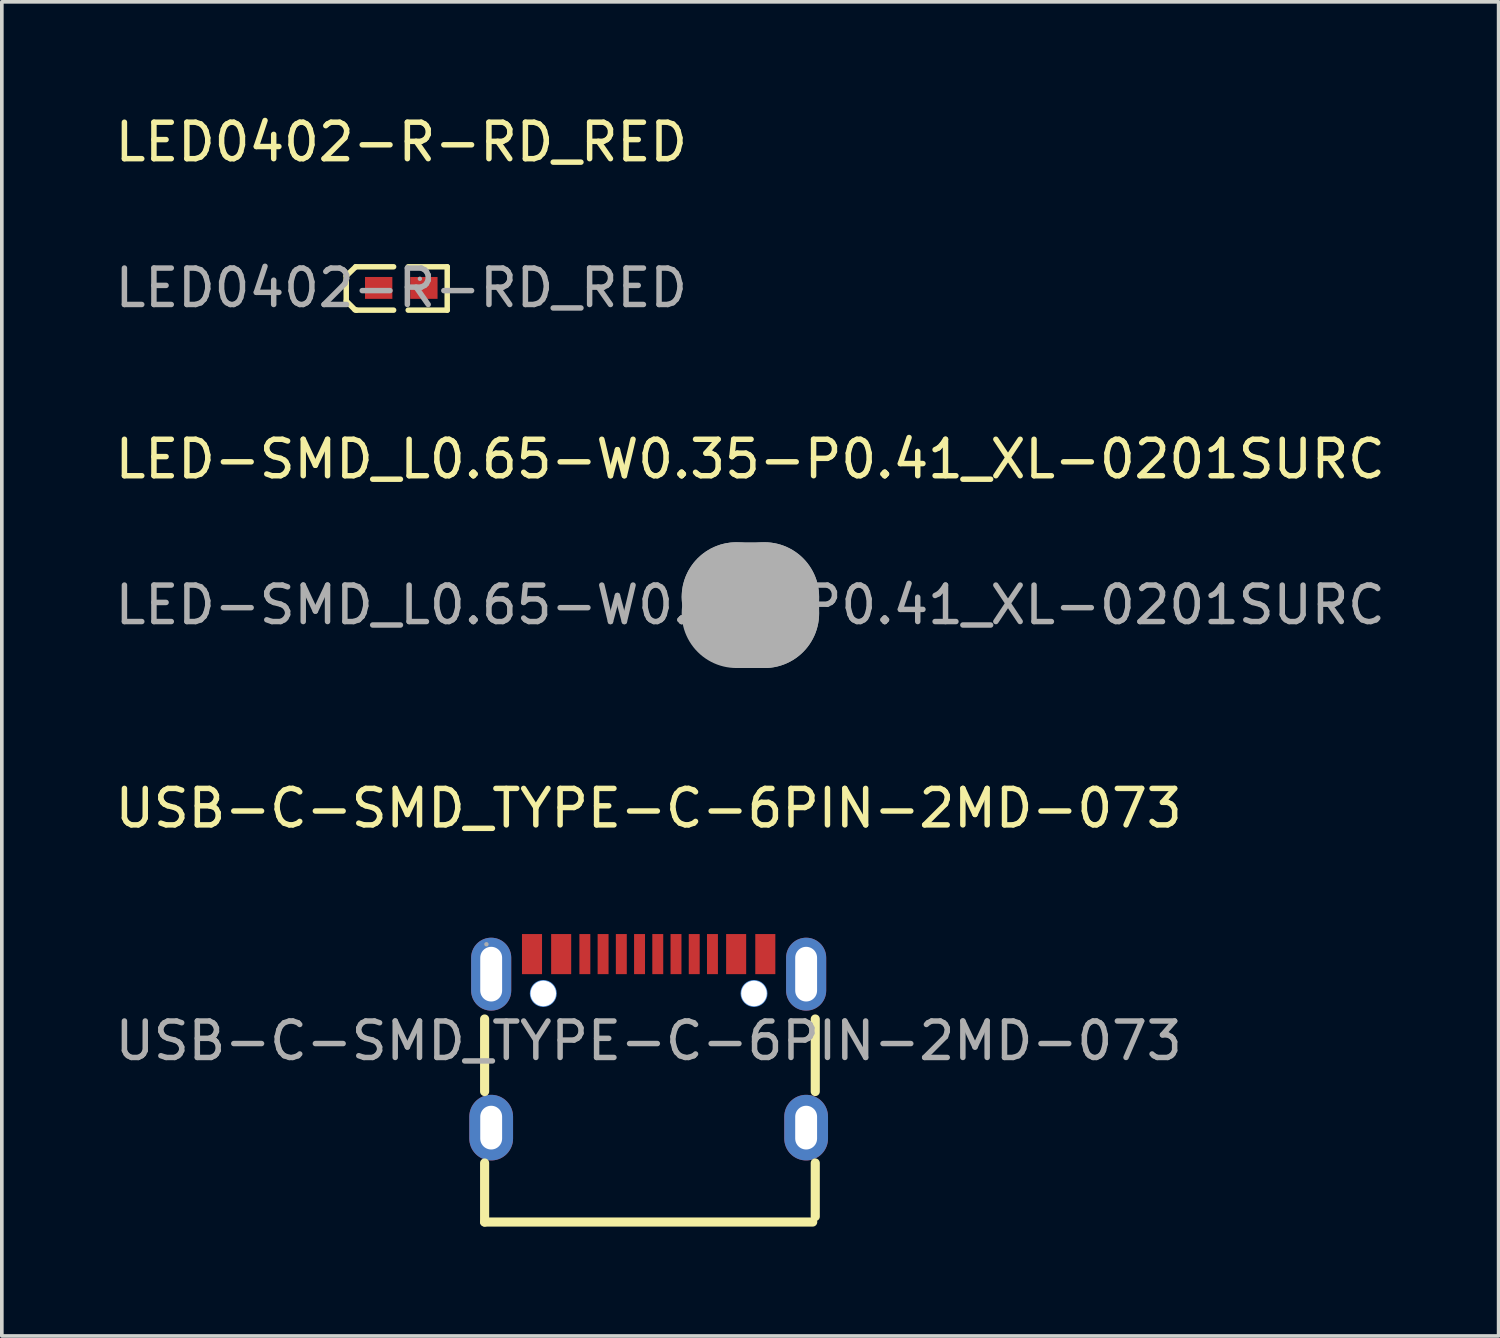
<source format=kicad_pcb>
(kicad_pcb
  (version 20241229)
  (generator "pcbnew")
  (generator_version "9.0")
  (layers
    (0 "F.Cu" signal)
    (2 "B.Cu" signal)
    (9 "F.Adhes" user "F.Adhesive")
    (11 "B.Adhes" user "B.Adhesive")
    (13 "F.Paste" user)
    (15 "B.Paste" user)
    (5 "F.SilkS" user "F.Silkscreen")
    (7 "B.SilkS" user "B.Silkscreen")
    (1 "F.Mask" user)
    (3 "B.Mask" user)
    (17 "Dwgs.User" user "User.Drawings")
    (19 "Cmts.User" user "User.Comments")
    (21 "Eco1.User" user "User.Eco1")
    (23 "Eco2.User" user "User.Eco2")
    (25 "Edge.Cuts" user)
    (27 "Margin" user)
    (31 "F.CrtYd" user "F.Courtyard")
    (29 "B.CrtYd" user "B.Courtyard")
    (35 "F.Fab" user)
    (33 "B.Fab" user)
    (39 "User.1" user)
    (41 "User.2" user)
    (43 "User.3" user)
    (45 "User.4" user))
  (footprint "LED-SMD_L0.65-W0.35-P0.41_XL-0201SURC"
    (layer "F.Cu")
    (at 17.53 13.545)
    (property "Reference" "LED-SMD_L0.65-W0.35-P0.41_XL-0201SURC" (at 0 -4 0) (layer "F.SilkS") (effects (font (size 1 1) (thickness 0.15))))
    (attr smd)
    (fp_line (start 0.47 -0.01) (end 0.67 -0.01) (stroke (width 0.05) (type solid)) (layer "F.SilkS"))
    (fp_line (start 0.57 0.09) (end 0.57 -0.1) (stroke (width 0.05) (type solid)) (layer "F.SilkS"))
    (fp_line (start -0.38 -0.22) (end -0.38 -0.22) (stroke (width 3) (type solid)) (layer "F.Fab"))
    (fp_line (start -0.38 -0.22) (end 0.39 -0.22) (stroke (width 3) (type solid)) (layer "F.Fab"))
    (fp_line (start 0.39 -0.22) (end 0.39 0.23) (stroke (width 3) (type solid)) (layer "F.Fab"))
    (fp_line (start 0.39 0.23) (end -0.38 0.23) (stroke (width 3) (type solid)) (layer "F.Fab"))
    (fp_circle (center 0.33 -0.18) (end 0.36 -0.18) (stroke (width 0.06) (type solid)) (fill no) (layer "F.Fab"))
    (fp_text user "${REFERENCE}" (at 0 0 0) (layer "F.Fab") (effects (font (size 1 1) (thickness 0.15))))
    (pad "1" smd rect (at 0.21 0 90) (size 0.28 0.17) (layers "F.Cu" "F.Mask" "F.Paste"))
    (pad "2" smd rect (at -0.2 0 270) (size 0.28 0.17) (layers "F.Cu" "F.Mask" "F.Paste")))
  (footprint "USB-C-SMD_TYPE-C-6PIN-2MD-073"
    (layer "F.Cu")
    (at 14.744 25.503)
    (property "Reference" "USB-C-SMD_TYPE-C-6PIN-2MD-073" (at 0 -6.38 0) (layer "F.SilkS") (effects (font (size 1 1) (thickness 0.15))))
    (attr smd)
    (fp_line (start -4.5 1.39) (end -4.5 -0.6) (stroke (width 0.25) (type solid)) (layer "F.SilkS"))
    (fp_line (start -4.5 4.97) (end -4.5 3.35) (stroke (width 0.25) (type solid)) (layer "F.SilkS"))
    (fp_line (start 4.5 4.97) (end -4.5 4.97) (stroke (width 0.25) (type solid)) (layer "F.SilkS"))
    (fp_line (start 4.57 1.39) (end 4.57 -0.6) (stroke (width 0.25) (type solid)) (layer "F.SilkS"))
    (fp_line (start 4.57 4.82) (end 4.57 3.35) (stroke (width 0.25) (type solid)) (layer "F.SilkS"))
    (fp_circle (center -2.89 -1.3) (end -2.77 -1.3) (stroke (width 0.25) (type solid)) (fill no) (layer "Cmts.User"))
    (fp_circle (center 2.89 -1.3) (end 3.01 -1.3) (stroke (width 0.25) (type solid)) (fill no) (layer "Cmts.User"))
    (fp_circle (center -4.45 -2.65) (end -4.42 -2.65) (stroke (width 0.06) (type solid)) (fill no) (layer "F.Fab"))
    (fp_text user "${REFERENCE}" (at 0 0 0) (layer "F.Fab") (effects (font (size 1 1) (thickness 0.15))))
    (pad "" thru_hole circle (at -2.89 -1.3) (size 0.7 0.7) (drill 0.7) (layers "*.Cu" "*.Mask"))
    (pad "" thru_hole circle (at 2.89 -1.3) (size 0.7 0.7) (drill 0.7) (layers "*.Cu" "*.Mask"))
    (pad "1" smd rect (at -3.2 -2.38) (size 0.55 1.1) (layers "F.Cu" "F.Mask" "F.Paste"))
    (pad "2" smd rect (at -2.4 -2.38) (size 0.55 1.1) (layers "F.Cu" "F.Mask" "F.Paste"))
    (pad "3" smd rect (at -1.75 -2.38) (size 0.3 1.1) (layers "F.Cu" "F.Mask" "F.Paste"))
    (pad "4" smd rect (at -1.25 -2.38) (size 0.3 1.1) (layers "F.Cu" "F.Mask" "F.Paste"))
    (pad "5" smd rect (at -0.75 -2.38) (size 0.3 1.1) (layers "F.Cu" "F.Mask" "F.Paste"))
    (pad "6" smd rect (at -0.25 -2.38) (size 0.3 1.1) (layers "F.Cu" "F.Mask" "F.Paste"))
    (pad "7" smd rect (at 0.25 -2.38) (size 0.3 1.1) (layers "F.Cu" "F.Mask" "F.Paste"))
    (pad "8" smd rect (at 0.75 -2.38) (size 0.3 1.1) (layers "F.Cu" "F.Mask" "F.Paste"))
    (pad "9" smd rect (at 1.25 -2.38) (size 0.3 1.1) (layers "F.Cu" "F.Mask" "F.Paste"))
    (pad "10" smd rect (at 1.75 -2.38) (size 0.3 1.1) (layers "F.Cu" "F.Mask" "F.Paste"))
    (pad "11" smd rect (at 2.4 -2.38) (size 0.55 1.1) (layers "F.Cu" "F.Mask" "F.Paste"))
    (pad "12" smd rect (at 3.2 -2.38) (size 0.55 1.1) (layers "F.Cu" "F.Mask" "F.Paste"))
    (pad "13" thru_hole oval (at -4.32 -1.83) (size 1.1 2) (drill oval 0.6 1.5) (layers "*.Cu" "*.Mask"))
    (pad "13" thru_hole oval (at -4.32 2.38) (size 1.2 1.8) (drill oval 0.6 1.2) (layers "*.Cu" "*.Mask"))
    (pad "14" thru_hole oval (at 4.32 -1.83) (size 1.1 2) (drill oval 0.6 1.5) (layers "*.Cu" "*.Mask"))
    (pad "14" thru_hole oval (at 4.32 2.38) (size 1.2 1.8) (drill oval 0.6 1.2) (layers "*.Cu" "*.Mask")))
  (footprint "LED0402-R-RD_RED"
    (layer "F.Cu")
    (at 7.958 4.848)
    (property "Reference" "LED0402-R-RD_RED" (at 0 -4 0) (layer "F.SilkS") (effects (font (size 1 1) (thickness 0.15))))
    (attr smd)
    (fp_line (start -1.51 -0.33) (end -1.25 -0.58) (stroke (width 0.15) (type solid)) (layer "F.SilkS"))
    (fp_line (start -1.51 0.36) (end -1.51 -0.33) (stroke (width 0.15) (type solid)) (layer "F.SilkS"))
    (fp_line (start -1.27 0.6) (end -1.51 0.36) (stroke (width 0.15) (type solid)) (layer "F.SilkS"))
    (fp_line (start -1.25 -0.58) (end -0.21 -0.58) (stroke (width 0.15) (type solid)) (layer "F.SilkS"))
    (fp_line (start -1.23 0.61) (end -1.27 0.6) (stroke (width 0.15) (type solid)) (layer "F.SilkS"))
    (fp_line (start -1.23 0.61) (end -0.21 0.61) (stroke (width 0.15) (type solid)) (layer "F.SilkS"))
    (fp_line (start 0.19 0.61) (end 1.26 0.61) (stroke (width 0.15) (type solid)) (layer "F.SilkS"))
    (fp_line (start 1.26 -0.58) (end 0.19 -0.58) (stroke (width 0.15) (type solid)) (layer "F.SilkS"))
    (fp_line (start 1.26 0.61) (end 1.26 -0.58) (stroke (width 0.15) (type solid)) (layer "F.SilkS"))
    (fp_circle (center 0.51 -0.25) (end 0.54 -0.25) (stroke (width 0.06) (type solid)) (fill no) (layer "F.Fab"))
    (fp_text user "${REFERENCE}" (at 0 0 0) (layer "F.Fab") (effects (font (size 1 1) (thickness 0.15))))
    (pad "1" smd rect (at 0.62 0) (size 0.75 0.6) (layers "F.Cu" "F.Mask" "F.Paste"))
    (pad "2" smd rect (at -0.62 0) (size 0.75 0.6) (layers "F.Cu" "F.Mask" "F.Paste")))
  (gr_rect
    (start -3 -3)
    (end 38.06 33.598)
    (stroke (width 0.1) (type default))
    (fill no)
    (layer "Edge.Cuts")))
</source>
